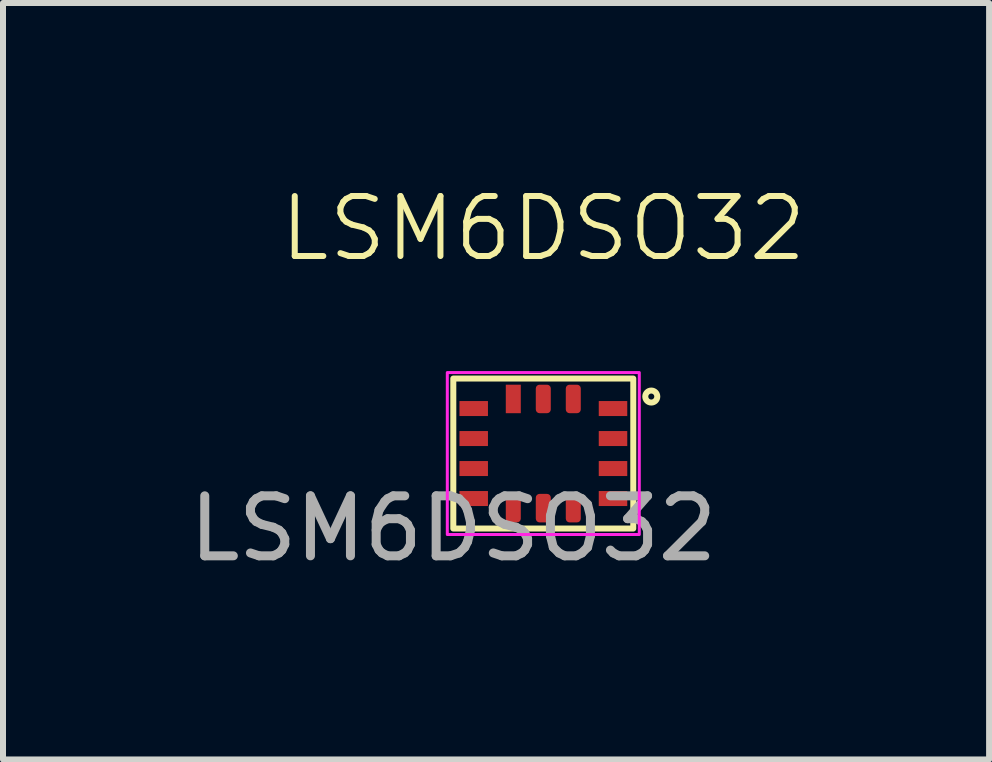
<source format=kicad_pcb>
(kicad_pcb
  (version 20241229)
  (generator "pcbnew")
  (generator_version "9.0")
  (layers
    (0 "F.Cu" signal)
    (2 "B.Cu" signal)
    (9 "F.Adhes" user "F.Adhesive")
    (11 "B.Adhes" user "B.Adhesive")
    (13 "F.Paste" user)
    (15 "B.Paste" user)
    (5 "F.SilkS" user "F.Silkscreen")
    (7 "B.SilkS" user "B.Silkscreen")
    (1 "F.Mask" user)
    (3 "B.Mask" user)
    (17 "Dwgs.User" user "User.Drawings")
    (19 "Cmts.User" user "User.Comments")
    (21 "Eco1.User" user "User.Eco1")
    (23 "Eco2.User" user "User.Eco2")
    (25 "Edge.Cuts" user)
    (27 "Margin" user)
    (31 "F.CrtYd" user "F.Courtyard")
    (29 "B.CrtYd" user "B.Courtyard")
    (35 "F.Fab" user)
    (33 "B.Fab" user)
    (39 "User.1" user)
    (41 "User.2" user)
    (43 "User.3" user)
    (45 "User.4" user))
  (footprint "LSM6DSO32"
    (layer "F.Cu")
    (at 4.506 3.26)
    (property "Reference" "LSM6DSO32" (at 1.5 -2.5 0) (unlocked yes) (layer "F.SilkS") (effects (font (size 1 1) (thickness 0.1))))
    (attr smd)
    (fp_rect (start 0 0) (end 3 2.5) (stroke (width 0.1) (type default)) (fill no) (layer "F.SilkS"))
    (fp_circle (center 3.3 0.3) (end 3.3 0.4) (stroke (width 0.1) (type default)) (fill no) (layer "F.SilkS"))
    (fp_rect (start -0.1 -0.1) (end 3.1 2.6) (stroke (width 0.05) (type default)) (fill no) (layer "F.CrtYd"))
    (fp_text user "${REFERENCE}" (at 0 2.5 0) (unlocked yes) (layer "F.Fab") (effects (font (size 1 1) (thickness 0.15))))
    (pad "1" smd rect (at 2.662 0.5 180) (size 0.475 0.25) (layers "F.Cu" "F.Mask" "F.Paste"))
    (pad "2" smd rect (at 2.662 1 180) (size 0.475 0.25) (layers "F.Cu" "F.Mask" "F.Paste"))
    (pad "3" smd rect (at 2.662 1.5 180) (size 0.475 0.25) (layers "F.Cu" "F.Mask" "F.Paste"))
    (pad "4" smd rect (at 2.662 2 180) (size 0.475 0.25) (layers "F.Cu" "F.Mask" "F.Paste"))
    (pad "5" smd roundrect (at 2 2.16 90) (size 0.475 0.25) (layers "F.Cu" "F.Mask" "F.Paste") (roundrect_rratio 0.25))
    (pad "6" smd roundrect (at 1.5 2.16 90) (size 0.475 0.25) (layers "F.Cu" "F.Mask" "F.Paste") (roundrect_rratio 0.25))
    (pad "7" smd roundrect (at 1 2.16 90) (size 0.475 0.25) (layers "F.Cu" "F.Mask" "F.Paste") (roundrect_rratio 0.25))
    (pad "8" smd rect (at 0.34 2 180) (size 0.475 0.25) (layers "F.Cu" "F.Mask" "F.Paste"))
    (pad "9" smd rect (at 0.34 1.5 180) (size 0.475 0.25) (layers "F.Cu" "F.Mask" "F.Paste"))
    (pad "10" smd rect (at 0.34 1 180) (size 0.475 0.25) (layers "F.Cu" "F.Mask" "F.Paste"))
    (pad "11" smd rect (at 0.34 0.5 180) (size 0.475 0.25) (layers "F.Cu" "F.Mask" "F.Paste"))
    (pad "12" smd rect (at 1 0.34 90) (size 0.475 0.25) (layers "F.Cu" "F.Mask" "F.Paste"))
    (pad "13" smd roundrect (at 1.5 0.34 90) (size 0.475 0.25) (layers "F.Cu" "F.Mask" "F.Paste") (roundrect_rratio 0.25))
    (pad "14" smd roundrect (at 2 0.34 90) (size 0.475 0.25) (layers "F.Cu" "F.Mask" "F.Paste") (roundrect_rratio 0.25)))
  (gr_rect
    (start -3 -3)
    (end 13.437 9.609)
    (stroke (width 0.1) (type default))
    (fill no)
    (layer "Edge.Cuts")))
</source>
